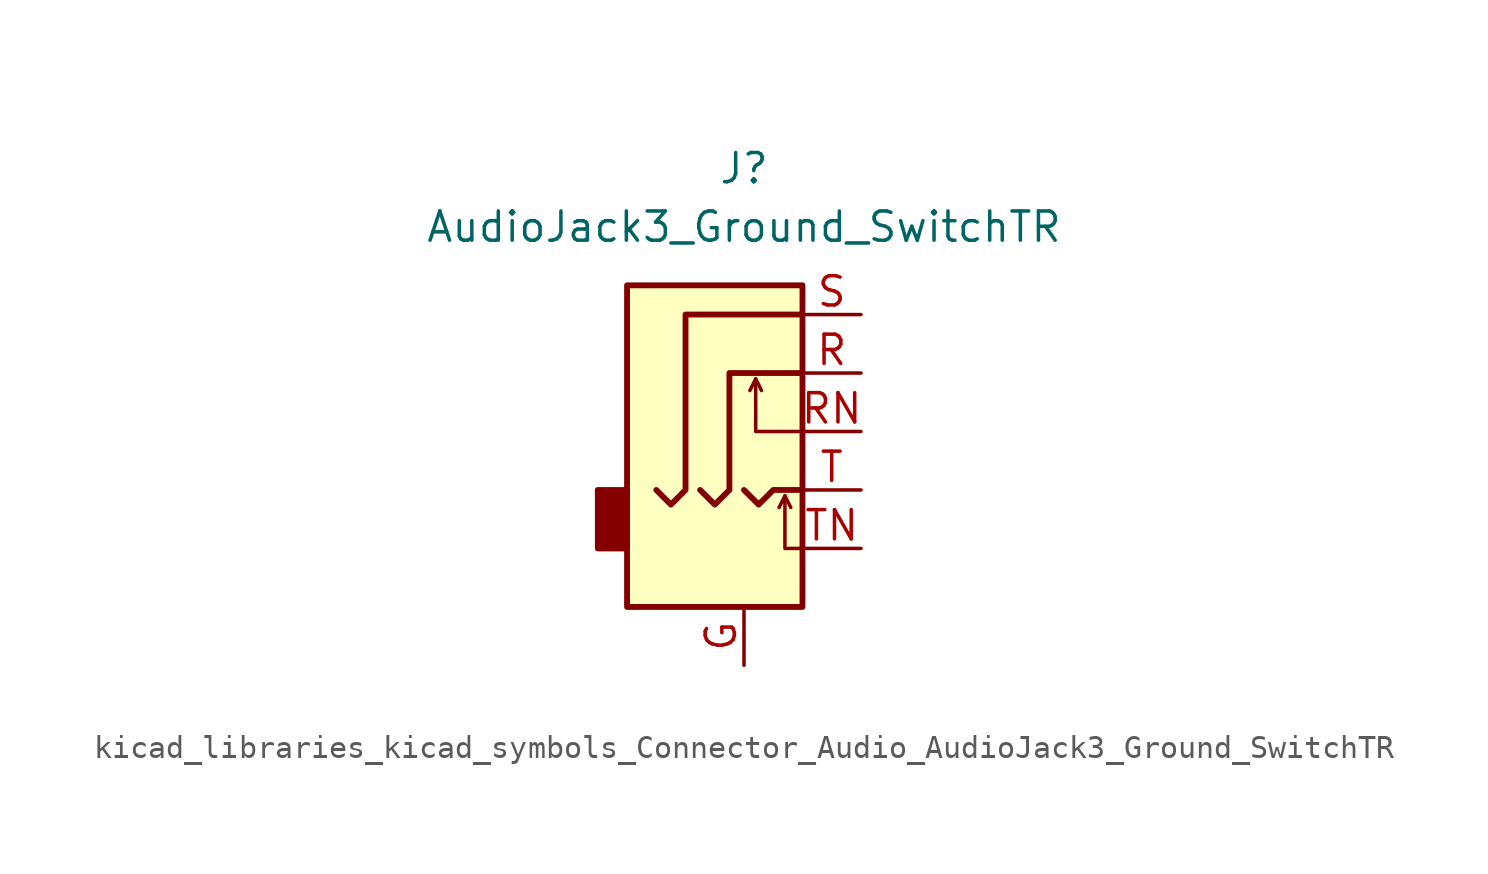
<source format=kicad_sym>
(kicad_symbol_lib
  (version 20220914)
  (generator kicad_symbol_editor)
  (symbol "kicad_libraries_kicad_symbols_Connector_Audio_AudioJack3_Ground_SwitchTR"
    (property "Reference" "J"
      (at 0 8.89 0)
      (effects (font (size 1.27 1.27))))
    (property "Value" "AudioJack3_Ground_SwitchTR"
      (at 0 6.35 0)
      (effects (font (size 1.27 1.27))))
    (symbol "kicad_libraries_kicad_symbols_Connector_Audio_AudioJack3_Ground_SwitchTR_0_1"
      (rectangle (start -5.08 -5.08) (end -6.35 -7.62) (stroke (width 0.254) (type default)) (fill (type outline)))
      (polyline (pts (xy 0.508 -0.254) (xy 0.762 -0.762)) (stroke (width 0) (type default)) (fill (type none)))
      (polyline (pts (xy 1.778 -5.334) (xy 2.032 -5.842)) (stroke (width 0) (type default)) (fill (type none)))
      (polyline (pts (xy 0 -5.08) (xy 0.635 -5.715) (xy 1.27 -5.08) (xy 2.54 -5.08)) (stroke (width 0.254) (type default)) (fill (type none)))
      (polyline (pts (xy 2.54 -7.62) (xy 1.778 -7.62) (xy 1.778 -5.334) (xy 1.524 -5.842)) (stroke (width 0) (type default)) (fill (type none)))
      (polyline (pts (xy 2.54 -2.54) (xy 0.508 -2.54) (xy 0.508 -0.254) (xy 0.254 -0.762)) (stroke (width 0) (type default)) (fill (type none)))
      (polyline (pts (xy -1.905 -5.08) (xy -1.27 -5.715) (xy -0.635 -5.08) (xy -0.635 0) (xy 2.54 0)) (stroke (width 0.254) (type default)) (fill (type none)))
      (polyline (pts (xy 2.54 2.54) (xy -2.54 2.54) (xy -2.54 -5.08) (xy -3.175 -5.715) (xy -3.81 -5.08)) (stroke (width 0.254) (type default)) (fill (type none)))
      (rectangle (start 2.54 3.81) (end -5.08 -10.16) (stroke (width 0.254) (type default)) (fill (type background))))
    (symbol "kicad_libraries_kicad_symbols_Connector_Audio_AudioJack3_Ground_SwitchTR_1_1"
      (pin passive line (at 0 -12.7 90) (length 2.54) (name "~" (effects (font (size 1.27 1.27)))) (number "G" (effects (font (size 1.27 1.27)))))
      (pin passive line (at 5.08 0 180) (length 2.54) (name "~" (effects (font (size 1.27 1.27)))) (number "R" (effects (font (size 1.27 1.27)))))
      (pin passive line (at 5.08 -2.54 180) (length 2.54) (name "~" (effects (font (size 1.27 1.27)))) (number "RN" (effects (font (size 1.27 1.27)))))
      (pin passive line (at 5.08 2.54 180) (length 2.54) (name "~" (effects (font (size 1.27 1.27)))) (number "S" (effects (font (size 1.27 1.27)))))
      (pin passive line (at 5.08 -5.08 180) (length 2.54) (name "~" (effects (font (size 1.27 1.27)))) (number "T" (effects (font (size 1.27 1.27)))))
      (pin passive line (at 5.08 -7.62 180) (length 2.54) (name "~" (effects (font (size 1.27 1.27)))) (number "TN" (effects (font (size 1.27 1.27))))))))
</source>
